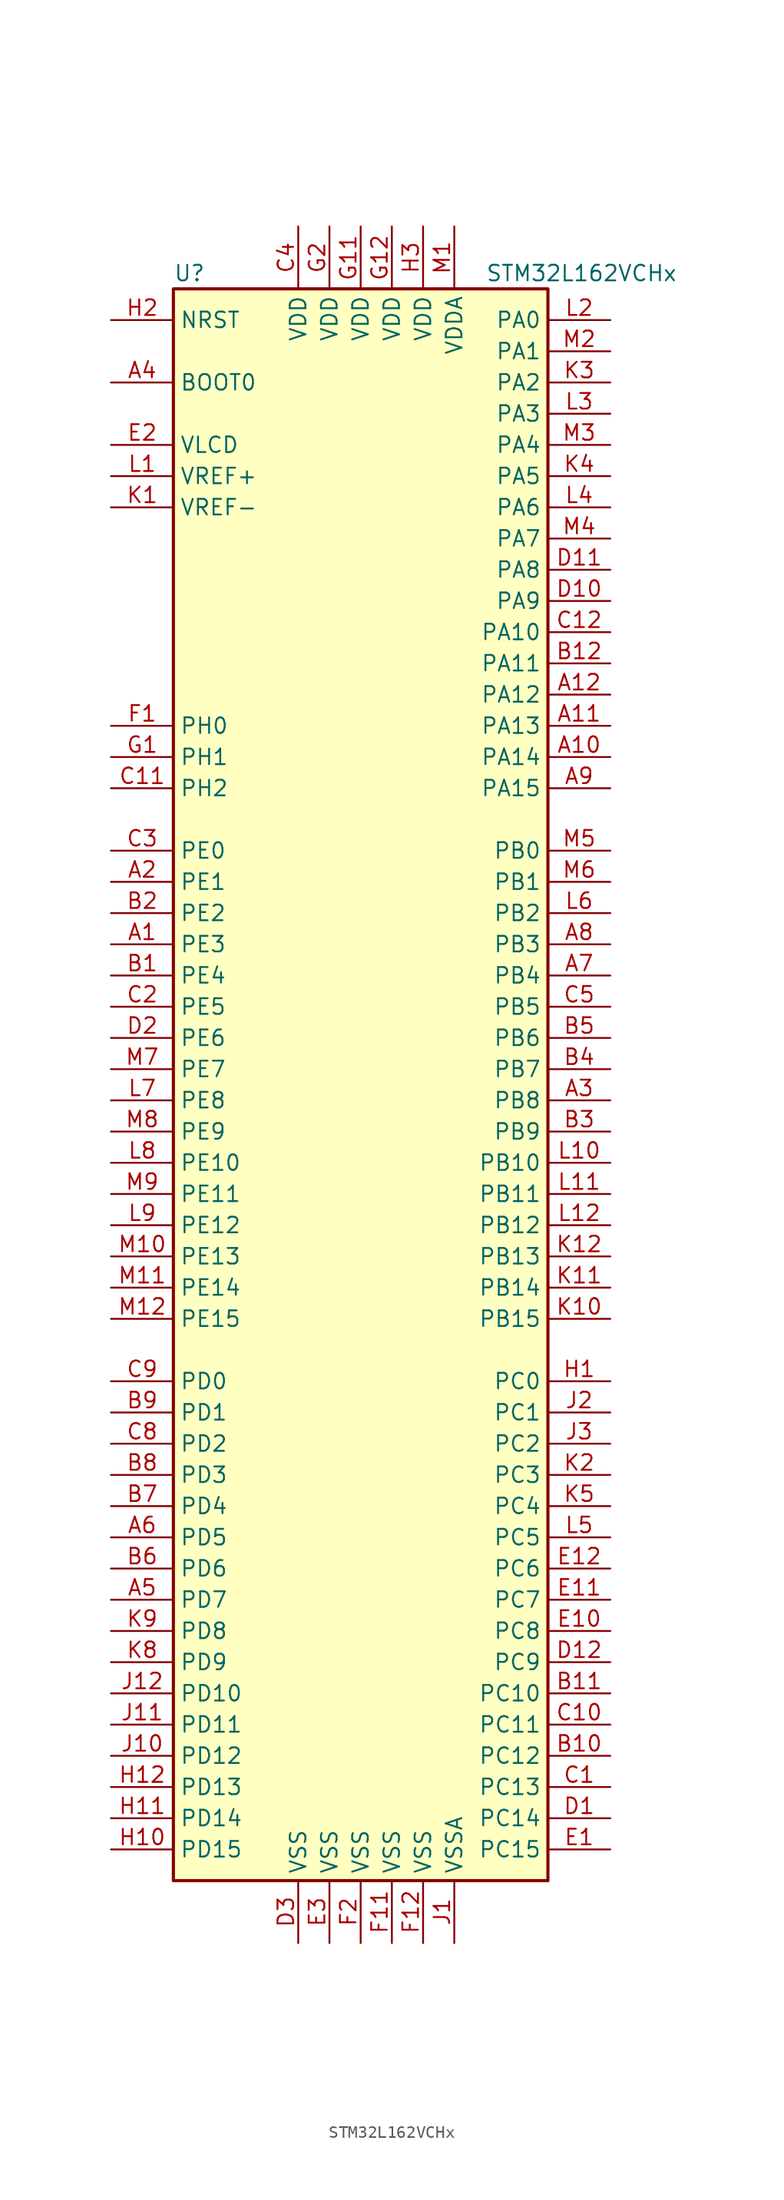
<source format=kicad_sym>
(kicad_symbol_lib
  (version 20201005)
  (generator kicad_symbol_editor)
  (symbol "MCU_ST_STM32L1:STM32L162VCHx"
    (property "Reference" "U"
      (at -15.24 64.77 0)
      (effects (font (size 1.27 1.27)) (justify left)))
    (property "Value" "STM32L162VCHx"
      (at 10.16 64.77 0)
      (effects (font (size 1.27 1.27)) (justify left)))
    (symbol "STM32L162VCHx_0_1"
      (rectangle (start -15.24 -66.04) (end 15.24 63.5) (stroke (width 0.254)) (fill (type background))))
    (symbol "STM32L162VCHx_1_1"
      (pin input line (at -20.32 55.88 0) (length 5.08) (name "BOOT0" (effects (font (size 1.27 1.27)))) (number "A4" (effects (font (size 1.27 1.27)))))
      (pin input line (at -20.32 60.96 0) (length 5.08) (name "NRST" (effects (font (size 1.27 1.27)))) (number "H2" (effects (font (size 1.27 1.27)))))
      (pin bidirectional line (at 20.32 60.96 180) (length 5.08) (name "PA0" (effects (font (size 1.27 1.27)))) (number "L2" (effects (font (size 1.27 1.27)))))
      (pin bidirectional line (at 20.32 58.42 180) (length 5.08) (name "PA1" (effects (font (size 1.27 1.27)))) (number "M2" (effects (font (size 1.27 1.27)))))
      (pin bidirectional line (at 20.32 35.56 180) (length 5.08) (name "PA10" (effects (font (size 1.27 1.27)))) (number "C12" (effects (font (size 1.27 1.27)))))
      (pin bidirectional line (at 20.32 33.02 180) (length 5.08) (name "PA11" (effects (font (size 1.27 1.27)))) (number "B12" (effects (font (size 1.27 1.27)))))
      (pin bidirectional line (at 20.32 30.48 180) (length 5.08) (name "PA12" (effects (font (size 1.27 1.27)))) (number "A12" (effects (font (size 1.27 1.27)))))
      (pin bidirectional line (at 20.32 27.94 180) (length 5.08) (name "PA13" (effects (font (size 1.27 1.27)))) (number "A11" (effects (font (size 1.27 1.27)))))
      (pin bidirectional line (at 20.32 25.4 180) (length 5.08) (name "PA14" (effects (font (size 1.27 1.27)))) (number "A10" (effects (font (size 1.27 1.27)))))
      (pin bidirectional line (at 20.32 22.86 180) (length 5.08) (name "PA15" (effects (font (size 1.27 1.27)))) (number "A9" (effects (font (size 1.27 1.27)))))
      (pin bidirectional line (at 20.32 55.88 180) (length 5.08) (name "PA2" (effects (font (size 1.27 1.27)))) (number "K3" (effects (font (size 1.27 1.27)))))
      (pin bidirectional line (at 20.32 53.34 180) (length 5.08) (name "PA3" (effects (font (size 1.27 1.27)))) (number "L3" (effects (font (size 1.27 1.27)))))
      (pin bidirectional line (at 20.32 50.8 180) (length 5.08) (name "PA4" (effects (font (size 1.27 1.27)))) (number "M3" (effects (font (size 1.27 1.27)))))
      (pin bidirectional line (at 20.32 48.26 180) (length 5.08) (name "PA5" (effects (font (size 1.27 1.27)))) (number "K4" (effects (font (size 1.27 1.27)))))
      (pin bidirectional line (at 20.32 45.72 180) (length 5.08) (name "PA6" (effects (font (size 1.27 1.27)))) (number "L4" (effects (font (size 1.27 1.27)))))
      (pin bidirectional line (at 20.32 43.18 180) (length 5.08) (name "PA7" (effects (font (size 1.27 1.27)))) (number "M4" (effects (font (size 1.27 1.27)))))
      (pin bidirectional line (at 20.32 40.64 180) (length 5.08) (name "PA8" (effects (font (size 1.27 1.27)))) (number "D11" (effects (font (size 1.27 1.27)))))
      (pin bidirectional line (at 20.32 38.1 180) (length 5.08) (name "PA9" (effects (font (size 1.27 1.27)))) (number "D10" (effects (font (size 1.27 1.27)))))
      (pin bidirectional line (at 20.32 17.78 180) (length 5.08) (name "PB0" (effects (font (size 1.27 1.27)))) (number "M5" (effects (font (size 1.27 1.27)))))
      (pin bidirectional line (at 20.32 15.24 180) (length 5.08) (name "PB1" (effects (font (size 1.27 1.27)))) (number "M6" (effects (font (size 1.27 1.27)))))
      (pin bidirectional line (at 20.32 -7.62 180) (length 5.08) (name "PB10" (effects (font (size 1.27 1.27)))) (number "L10" (effects (font (size 1.27 1.27)))))
      (pin bidirectional line (at 20.32 -10.16 180) (length 5.08) (name "PB11" (effects (font (size 1.27 1.27)))) (number "L11" (effects (font (size 1.27 1.27)))))
      (pin bidirectional line (at 20.32 -12.7 180) (length 5.08) (name "PB12" (effects (font (size 1.27 1.27)))) (number "L12" (effects (font (size 1.27 1.27)))))
      (pin bidirectional line (at 20.32 -15.24 180) (length 5.08) (name "PB13" (effects (font (size 1.27 1.27)))) (number "K12" (effects (font (size 1.27 1.27)))))
      (pin bidirectional line (at 20.32 -17.78 180) (length 5.08) (name "PB14" (effects (font (size 1.27 1.27)))) (number "K11" (effects (font (size 1.27 1.27)))))
      (pin bidirectional line (at 20.32 -20.32 180) (length 5.08) (name "PB15" (effects (font (size 1.27 1.27)))) (number "K10" (effects (font (size 1.27 1.27)))))
      (pin bidirectional line (at 20.32 12.7 180) (length 5.08) (name "PB2" (effects (font (size 1.27 1.27)))) (number "L6" (effects (font (size 1.27 1.27)))))
      (pin bidirectional line (at 20.32 10.16 180) (length 5.08) (name "PB3" (effects (font (size 1.27 1.27)))) (number "A8" (effects (font (size 1.27 1.27)))))
      (pin bidirectional line (at 20.32 7.62 180) (length 5.08) (name "PB4" (effects (font (size 1.27 1.27)))) (number "A7" (effects (font (size 1.27 1.27)))))
      (pin bidirectional line (at 20.32 5.08 180) (length 5.08) (name "PB5" (effects (font (size 1.27 1.27)))) (number "C5" (effects (font (size 1.27 1.27)))))
      (pin bidirectional line (at 20.32 2.54 180) (length 5.08) (name "PB6" (effects (font (size 1.27 1.27)))) (number "B5" (effects (font (size 1.27 1.27)))))
      (pin bidirectional line (at 20.32 0 180) (length 5.08) (name "PB7" (effects (font (size 1.27 1.27)))) (number "B4" (effects (font (size 1.27 1.27)))))
      (pin bidirectional line (at 20.32 -2.54 180) (length 5.08) (name "PB8" (effects (font (size 1.27 1.27)))) (number "A3" (effects (font (size 1.27 1.27)))))
      (pin bidirectional line (at 20.32 -5.08 180) (length 5.08) (name "PB9" (effects (font (size 1.27 1.27)))) (number "B3" (effects (font (size 1.27 1.27)))))
      (pin bidirectional line (at 20.32 -25.4 180) (length 5.08) (name "PC0" (effects (font (size 1.27 1.27)))) (number "H1" (effects (font (size 1.27 1.27)))))
      (pin bidirectional line (at 20.32 -27.94 180) (length 5.08) (name "PC1" (effects (font (size 1.27 1.27)))) (number "J2" (effects (font (size 1.27 1.27)))))
      (pin bidirectional line (at 20.32 -50.8 180) (length 5.08) (name "PC10" (effects (font (size 1.27 1.27)))) (number "B11" (effects (font (size 1.27 1.27)))))
      (pin bidirectional line (at 20.32 -53.34 180) (length 5.08) (name "PC11" (effects (font (size 1.27 1.27)))) (number "C10" (effects (font (size 1.27 1.27)))))
      (pin bidirectional line (at 20.32 -55.88 180) (length 5.08) (name "PC12" (effects (font (size 1.27 1.27)))) (number "B10" (effects (font (size 1.27 1.27)))))
      (pin bidirectional line (at 20.32 -58.42 180) (length 5.08) (name "PC13" (effects (font (size 1.27 1.27)))) (number "C1" (effects (font (size 1.27 1.27)))))
      (pin bidirectional line (at 20.32 -60.96 180) (length 5.08) (name "PC14" (effects (font (size 1.27 1.27)))) (number "D1" (effects (font (size 1.27 1.27)))))
      (pin bidirectional line (at 20.32 -63.5 180) (length 5.08) (name "PC15" (effects (font (size 1.27 1.27)))) (number "E1" (effects (font (size 1.27 1.27)))))
      (pin bidirectional line (at 20.32 -30.48 180) (length 5.08) (name "PC2" (effects (font (size 1.27 1.27)))) (number "J3" (effects (font (size 1.27 1.27)))))
      (pin bidirectional line (at 20.32 -33.02 180) (length 5.08) (name "PC3" (effects (font (size 1.27 1.27)))) (number "K2" (effects (font (size 1.27 1.27)))))
      (pin bidirectional line (at 20.32 -35.56 180) (length 5.08) (name "PC4" (effects (font (size 1.27 1.27)))) (number "K5" (effects (font (size 1.27 1.27)))))
      (pin bidirectional line (at 20.32 -38.1 180) (length 5.08) (name "PC5" (effects (font (size 1.27 1.27)))) (number "L5" (effects (font (size 1.27 1.27)))))
      (pin bidirectional line (at 20.32 -40.64 180) (length 5.08) (name "PC6" (effects (font (size 1.27 1.27)))) (number "E12" (effects (font (size 1.27 1.27)))))
      (pin bidirectional line (at 20.32 -43.18 180) (length 5.08) (name "PC7" (effects (font (size 1.27 1.27)))) (number "E11" (effects (font (size 1.27 1.27)))))
      (pin bidirectional line (at 20.32 -45.72 180) (length 5.08) (name "PC8" (effects (font (size 1.27 1.27)))) (number "E10" (effects (font (size 1.27 1.27)))))
      (pin bidirectional line (at 20.32 -48.26 180) (length 5.08) (name "PC9" (effects (font (size 1.27 1.27)))) (number "D12" (effects (font (size 1.27 1.27)))))
      (pin bidirectional line (at -20.32 -25.4 0) (length 5.08) (name "PD0" (effects (font (size 1.27 1.27)))) (number "C9" (effects (font (size 1.27 1.27)))))
      (pin bidirectional line (at -20.32 -27.94 0) (length 5.08) (name "PD1" (effects (font (size 1.27 1.27)))) (number "B9" (effects (font (size 1.27 1.27)))))
      (pin bidirectional line (at -20.32 -50.8 0) (length 5.08) (name "PD10" (effects (font (size 1.27 1.27)))) (number "J12" (effects (font (size 1.27 1.27)))))
      (pin bidirectional line (at -20.32 -53.34 0) (length 5.08) (name "PD11" (effects (font (size 1.27 1.27)))) (number "J11" (effects (font (size 1.27 1.27)))))
      (pin bidirectional line (at -20.32 -55.88 0) (length 5.08) (name "PD12" (effects (font (size 1.27 1.27)))) (number "J10" (effects (font (size 1.27 1.27)))))
      (pin bidirectional line (at -20.32 -58.42 0) (length 5.08) (name "PD13" (effects (font (size 1.27 1.27)))) (number "H12" (effects (font (size 1.27 1.27)))))
      (pin bidirectional line (at -20.32 -60.96 0) (length 5.08) (name "PD14" (effects (font (size 1.27 1.27)))) (number "H11" (effects (font (size 1.27 1.27)))))
      (pin bidirectional line (at -20.32 -63.5 0) (length 5.08) (name "PD15" (effects (font (size 1.27 1.27)))) (number "H10" (effects (font (size 1.27 1.27)))))
      (pin bidirectional line (at -20.32 -30.48 0) (length 5.08) (name "PD2" (effects (font (size 1.27 1.27)))) (number "C8" (effects (font (size 1.27 1.27)))))
      (pin bidirectional line (at -20.32 -33.02 0) (length 5.08) (name "PD3" (effects (font (size 1.27 1.27)))) (number "B8" (effects (font (size 1.27 1.27)))))
      (pin bidirectional line (at -20.32 -35.56 0) (length 5.08) (name "PD4" (effects (font (size 1.27 1.27)))) (number "B7" (effects (font (size 1.27 1.27)))))
      (pin bidirectional line (at -20.32 -38.1 0) (length 5.08) (name "PD5" (effects (font (size 1.27 1.27)))) (number "A6" (effects (font (size 1.27 1.27)))))
      (pin bidirectional line (at -20.32 -40.64 0) (length 5.08) (name "PD6" (effects (font (size 1.27 1.27)))) (number "B6" (effects (font (size 1.27 1.27)))))
      (pin bidirectional line (at -20.32 -43.18 0) (length 5.08) (name "PD7" (effects (font (size 1.27 1.27)))) (number "A5" (effects (font (size 1.27 1.27)))))
      (pin bidirectional line (at -20.32 -45.72 0) (length 5.08) (name "PD8" (effects (font (size 1.27 1.27)))) (number "K9" (effects (font (size 1.27 1.27)))))
      (pin bidirectional line (at -20.32 -48.26 0) (length 5.08) (name "PD9" (effects (font (size 1.27 1.27)))) (number "K8" (effects (font (size 1.27 1.27)))))
      (pin bidirectional line (at -20.32 17.78 0) (length 5.08) (name "PE0" (effects (font (size 1.27 1.27)))) (number "C3" (effects (font (size 1.27 1.27)))))
      (pin bidirectional line (at -20.32 15.24 0) (length 5.08) (name "PE1" (effects (font (size 1.27 1.27)))) (number "A2" (effects (font (size 1.27 1.27)))))
      (pin bidirectional line (at -20.32 -7.62 0) (length 5.08) (name "PE10" (effects (font (size 1.27 1.27)))) (number "L8" (effects (font (size 1.27 1.27)))))
      (pin bidirectional line (at -20.32 -10.16 0) (length 5.08) (name "PE11" (effects (font (size 1.27 1.27)))) (number "M9" (effects (font (size 1.27 1.27)))))
      (pin bidirectional line (at -20.32 -12.7 0) (length 5.08) (name "PE12" (effects (font (size 1.27 1.27)))) (number "L9" (effects (font (size 1.27 1.27)))))
      (pin bidirectional line (at -20.32 -15.24 0) (length 5.08) (name "PE13" (effects (font (size 1.27 1.27)))) (number "M10" (effects (font (size 1.27 1.27)))))
      (pin bidirectional line (at -20.32 -17.78 0) (length 5.08) (name "PE14" (effects (font (size 1.27 1.27)))) (number "M11" (effects (font (size 1.27 1.27)))))
      (pin bidirectional line (at -20.32 -20.32 0) (length 5.08) (name "PE15" (effects (font (size 1.27 1.27)))) (number "M12" (effects (font (size 1.27 1.27)))))
      (pin bidirectional line (at -20.32 12.7 0) (length 5.08) (name "PE2" (effects (font (size 1.27 1.27)))) (number "B2" (effects (font (size 1.27 1.27)))))
      (pin bidirectional line (at -20.32 10.16 0) (length 5.08) (name "PE3" (effects (font (size 1.27 1.27)))) (number "A1" (effects (font (size 1.27 1.27)))))
      (pin bidirectional line (at -20.32 7.62 0) (length 5.08) (name "PE4" (effects (font (size 1.27 1.27)))) (number "B1" (effects (font (size 1.27 1.27)))))
      (pin bidirectional line (at -20.32 5.08 0) (length 5.08) (name "PE5" (effects (font (size 1.27 1.27)))) (number "C2" (effects (font (size 1.27 1.27)))))
      (pin bidirectional line (at -20.32 2.54 0) (length 5.08) (name "PE6" (effects (font (size 1.27 1.27)))) (number "D2" (effects (font (size 1.27 1.27)))))
      (pin bidirectional line (at -20.32 0 0) (length 5.08) (name "PE7" (effects (font (size 1.27 1.27)))) (number "M7" (effects (font (size 1.27 1.27)))))
      (pin bidirectional line (at -20.32 -2.54 0) (length 5.08) (name "PE8" (effects (font (size 1.27 1.27)))) (number "L7" (effects (font (size 1.27 1.27)))))
      (pin bidirectional line (at -20.32 -5.08 0) (length 5.08) (name "PE9" (effects (font (size 1.27 1.27)))) (number "M8" (effects (font (size 1.27 1.27)))))
      (pin input line (at -20.32 27.94 0) (length 5.08) (name "PH0" (effects (font (size 1.27 1.27)))) (number "F1" (effects (font (size 1.27 1.27)))))
      (pin input line (at -20.32 25.4 0) (length 5.08) (name "PH1" (effects (font (size 1.27 1.27)))) (number "G1" (effects (font (size 1.27 1.27)))))
      (pin bidirectional line (at -20.32 22.86 0) (length 5.08) (name "PH2" (effects (font (size 1.27 1.27)))) (number "C11" (effects (font (size 1.27 1.27)))))
      (pin power_in line (at -5.08 68.58 270) (length 5.08) (name "VDD" (effects (font (size 1.27 1.27)))) (number "C4" (effects (font (size 1.27 1.27)))))
      (pin power_in line (at 0 68.58 270) (length 5.08) (name "VDD" (effects (font (size 1.27 1.27)))) (number "G11" (effects (font (size 1.27 1.27)))))
      (pin power_in line (at 2.54 68.58 270) (length 5.08) (name "VDD" (effects (font (size 1.27 1.27)))) (number "G12" (effects (font (size 1.27 1.27)))))
      (pin power_in line (at -2.54 68.58 270) (length 5.08) (name "VDD" (effects (font (size 1.27 1.27)))) (number "G2" (effects (font (size 1.27 1.27)))))
      (pin power_in line (at 5.08 68.58 270) (length 5.08) (name "VDD" (effects (font (size 1.27 1.27)))) (number "H3" (effects (font (size 1.27 1.27)))))
      (pin power_in line (at 7.62 68.58 270) (length 5.08) (name "VDDA" (effects (font (size 1.27 1.27)))) (number "M1" (effects (font (size 1.27 1.27)))))
      (pin power_in line (at -20.32 50.8 0) (length 5.08) (name "VLCD" (effects (font (size 1.27 1.27)))) (number "E2" (effects (font (size 1.27 1.27)))))
      (pin power_in line (at -20.32 48.26 0) (length 5.08) (name "VREF+" (effects (font (size 1.27 1.27)))) (number "L1" (effects (font (size 1.27 1.27)))))
      (pin power_in line (at -20.32 45.72 0) (length 5.08) (name "VREF-" (effects (font (size 1.27 1.27)))) (number "K1" (effects (font (size 1.27 1.27)))))
      (pin power_in line (at -5.08 -71.12 90) (length 5.08) (name "VSS" (effects (font (size 1.27 1.27)))) (number "D3" (effects (font (size 1.27 1.27)))))
      (pin power_in line (at -2.54 -71.12 90) (length 5.08) (name "VSS" (effects (font (size 1.27 1.27)))) (number "E3" (effects (font (size 1.27 1.27)))))
      (pin power_in line (at 2.54 -71.12 90) (length 5.08) (name "VSS" (effects (font (size 1.27 1.27)))) (number "F11" (effects (font (size 1.27 1.27)))))
      (pin power_in line (at 5.08 -71.12 90) (length 5.08) (name "VSS" (effects (font (size 1.27 1.27)))) (number "F12" (effects (font (size 1.27 1.27)))))
      (pin power_in line (at 0 -71.12 90) (length 5.08) (name "VSS" (effects (font (size 1.27 1.27)))) (number "F2" (effects (font (size 1.27 1.27)))))
      (pin power_in line (at 7.62 -71.12 90) (length 5.08) (name "VSSA" (effects (font (size 1.27 1.27)))) (number "J1" (effects (font (size 1.27 1.27))))))))
</source>
